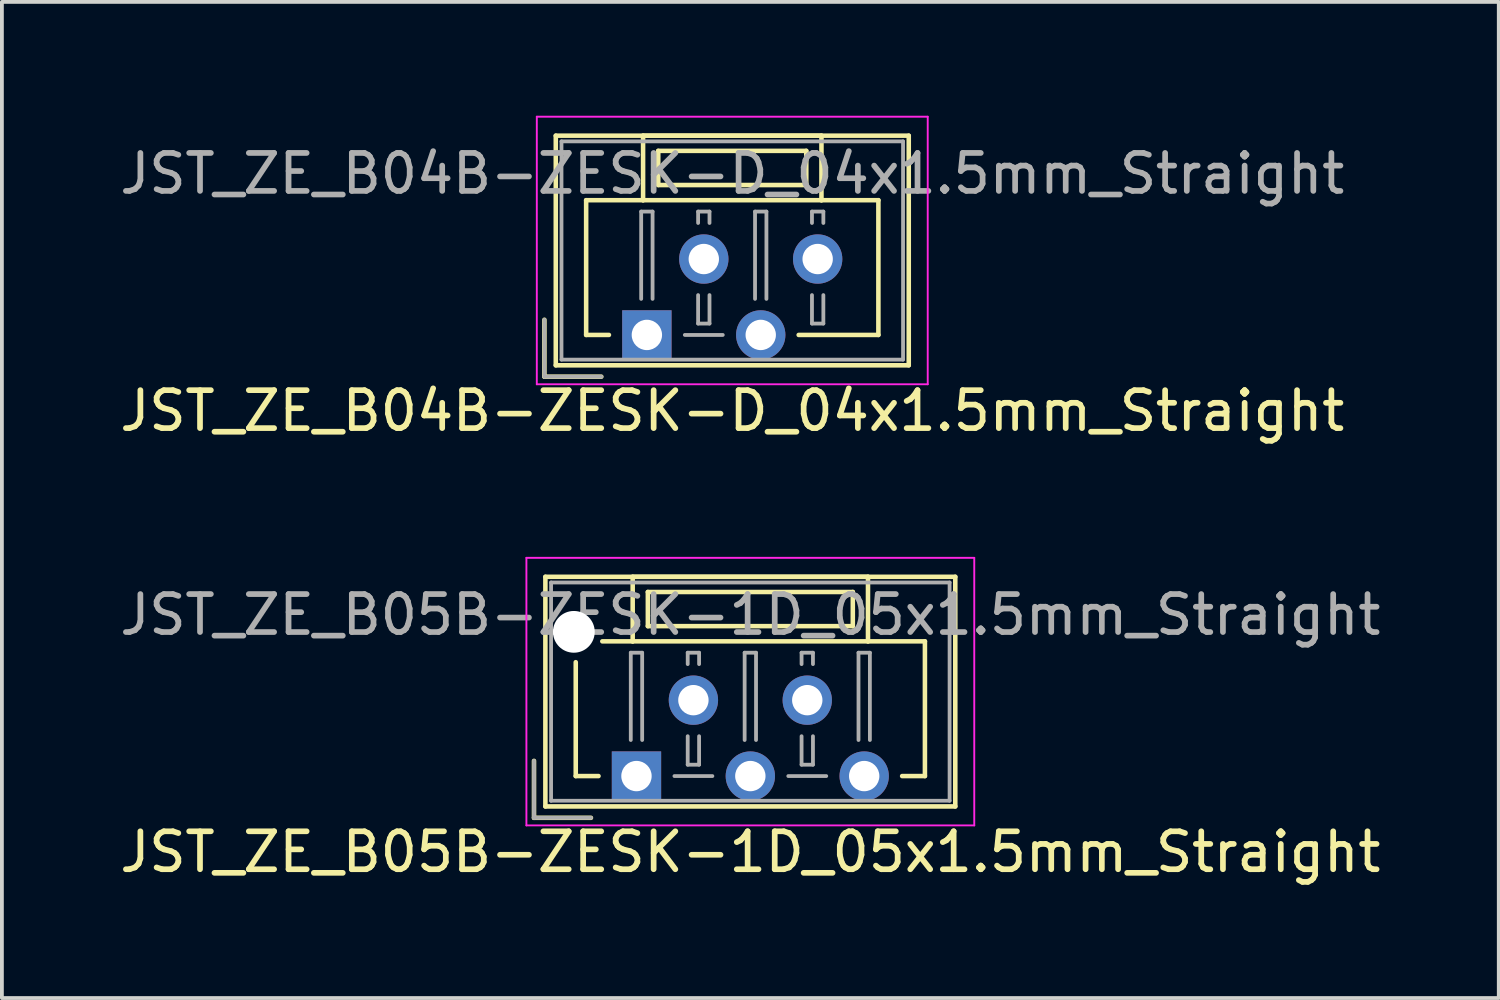
<source format=kicad_pcb>
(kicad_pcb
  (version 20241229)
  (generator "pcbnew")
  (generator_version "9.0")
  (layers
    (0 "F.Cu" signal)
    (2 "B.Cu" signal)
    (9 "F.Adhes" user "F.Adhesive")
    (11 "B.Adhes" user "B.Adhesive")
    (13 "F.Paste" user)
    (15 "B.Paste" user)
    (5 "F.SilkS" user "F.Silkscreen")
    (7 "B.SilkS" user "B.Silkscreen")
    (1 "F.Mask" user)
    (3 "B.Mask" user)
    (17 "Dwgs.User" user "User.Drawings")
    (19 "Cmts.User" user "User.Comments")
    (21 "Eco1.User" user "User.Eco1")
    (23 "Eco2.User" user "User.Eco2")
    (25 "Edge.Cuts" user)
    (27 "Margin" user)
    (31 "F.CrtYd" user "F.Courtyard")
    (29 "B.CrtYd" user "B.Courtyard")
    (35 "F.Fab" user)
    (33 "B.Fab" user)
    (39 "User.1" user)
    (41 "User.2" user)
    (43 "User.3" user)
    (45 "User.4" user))
  (footprint "JST_ZE_B05B-ZESK-1D_05x1.5mm_Straight"
    (layer "F.Cu")
    (at 13.72 17.398)
    (property "Reference" "JST_ZE_B05B-ZESK-1D_05x1.5mm_Straight" (at 3 2 0) (layer "F.SilkS") (effects (font (size 1 1) (thickness 0.15))))
    (attr through_hole)
    (fp_line (start -2.7 -0.4) (end -2.7 1.1) (stroke (width 0.12) (type solid)) (layer "F.SilkS"))
    (fp_line (start -2.7 1.1) (end -1.2 1.1) (stroke (width 0.12) (type solid)) (layer "F.SilkS"))
    (fp_line (start -2.4 -5.25) (end -2.4 0.8) (stroke (width 0.12) (type solid)) (layer "F.SilkS"))
    (fp_line (start -2.4 0.8) (end 8.4 0.8) (stroke (width 0.12) (type solid)) (layer "F.SilkS"))
    (fp_line (start -1.6 -3) (end -1.6 0) (stroke (width 0.12) (type solid)) (layer "F.SilkS"))
    (fp_line (start -1.6 0) (end -1 0) (stroke (width 0.12) (type solid)) (layer "F.SilkS"))
    (fp_line (start -0.1 -5.25) (end -0.1 -3.55) (stroke (width 0.12) (type solid)) (layer "F.SilkS"))
    (fp_line (start -0.1 -3.55) (end -0.9 -3.55) (stroke (width 0.12) (type solid)) (layer "F.SilkS"))
    (fp_line (start -0.1 -3.55) (end 6.1 -3.55) (stroke (width 0.12) (type solid)) (layer "F.SilkS"))
    (fp_line (start 0.3 -4.85) (end 0.3 -3.95) (stroke (width 0.12) (type solid)) (layer "F.SilkS"))
    (fp_line (start 0.3 -3.95) (end 5.7 -3.95) (stroke (width 0.12) (type solid)) (layer "F.SilkS"))
    (fp_line (start 5.7 -4.85) (end 0.3 -4.85) (stroke (width 0.12) (type solid)) (layer "F.SilkS"))
    (fp_line (start 5.7 -3.95) (end 5.7 -4.85) (stroke (width 0.12) (type solid)) (layer "F.SilkS"))
    (fp_line (start 6.1 -5.25) (end -0.1 -5.25) (stroke (width 0.12) (type solid)) (layer "F.SilkS"))
    (fp_line (start 6.1 -3.55) (end 6.1 -5.25) (stroke (width 0.12) (type solid)) (layer "F.SilkS"))
    (fp_line (start 6.1 -3.55) (end 7.6 -3.55) (stroke (width 0.12) (type solid)) (layer "F.SilkS"))
    (fp_line (start 7.6 -3.55) (end 7.6 0) (stroke (width 0.12) (type solid)) (layer "F.SilkS"))
    (fp_line (start 7.6 0) (end 7 0) (stroke (width 0.12) (type solid)) (layer "F.SilkS"))
    (fp_line (start 8.4 -5.25) (end -2.4 -5.25) (stroke (width 0.12) (type solid)) (layer "F.SilkS"))
    (fp_line (start 8.4 0.8) (end 8.4 -5.25) (stroke (width 0.12) (type solid)) (layer "F.SilkS"))
    (fp_line (start -2.9 -5.75) (end -2.9 1.3) (stroke (width 0.05) (type solid)) (layer "F.CrtYd"))
    (fp_line (start -2.9 1.3) (end 8.9 1.3) (stroke (width 0.05) (type solid)) (layer "F.CrtYd"))
    (fp_line (start 8.9 -5.75) (end -2.9 -5.75) (stroke (width 0.05) (type solid)) (layer "F.CrtYd"))
    (fp_line (start 8.9 1.3) (end 8.9 -5.75) (stroke (width 0.05) (type solid)) (layer "F.CrtYd"))
    (fp_line (start -2.7 -0.4) (end -2.7 1.1) (stroke (width 0.1) (type solid)) (layer "F.Fab"))
    (fp_line (start -2.7 1.1) (end -1.2 1.1) (stroke (width 0.1) (type solid)) (layer "F.Fab"))
    (fp_line (start -2.25 -5.1) (end -2.25 0.65) (stroke (width 0.1) (type solid)) (layer "F.Fab"))
    (fp_line (start -2.25 0.65) (end 8.25 0.65) (stroke (width 0.1) (type solid)) (layer "F.Fab"))
    (fp_line (start -0.15 -3.25) (end 0.15 -3.25) (stroke (width 0.1) (type solid)) (layer "F.Fab"))
    (fp_line (start -0.15 -0.95) (end -0.15 -3.25) (stroke (width 0.1) (type solid)) (layer "F.Fab"))
    (fp_line (start 0.15 -3.25) (end 0.15 -0.95) (stroke (width 0.1) (type solid)) (layer "F.Fab"))
    (fp_line (start 1 0) (end 2 0) (stroke (width 0.1) (type solid)) (layer "F.Fab"))
    (fp_line (start 1.35 -3.25) (end 1.65 -3.25) (stroke (width 0.1) (type solid)) (layer "F.Fab"))
    (fp_line (start 1.35 -2.95) (end 1.35 -3.25) (stroke (width 0.1) (type solid)) (layer "F.Fab"))
    (fp_line (start 1.35 -1.05) (end 1.35 -0.3) (stroke (width 0.1) (type solid)) (layer "F.Fab"))
    (fp_line (start 1.35 -0.3) (end 1.65 -0.3) (stroke (width 0.1) (type solid)) (layer "F.Fab"))
    (fp_line (start 1.65 -3.25) (end 1.65 -2.95) (stroke (width 0.1) (type solid)) (layer "F.Fab"))
    (fp_line (start 1.65 -0.3) (end 1.65 -1.05) (stroke (width 0.1) (type solid)) (layer "F.Fab"))
    (fp_line (start 2.85 -3.25) (end 3.15 -3.25) (stroke (width 0.1) (type solid)) (layer "F.Fab"))
    (fp_line (start 2.85 -0.95) (end 2.85 -3.25) (stroke (width 0.1) (type solid)) (layer "F.Fab"))
    (fp_line (start 3.15 -3.25) (end 3.15 -0.95) (stroke (width 0.1) (type solid)) (layer "F.Fab"))
    (fp_line (start 4 0) (end 5 0) (stroke (width 0.1) (type solid)) (layer "F.Fab"))
    (fp_line (start 4.35 -3.25) (end 4.65 -3.25) (stroke (width 0.1) (type solid)) (layer "F.Fab"))
    (fp_line (start 4.35 -2.95) (end 4.35 -3.25) (stroke (width 0.1) (type solid)) (layer "F.Fab"))
    (fp_line (start 4.35 -1.05) (end 4.35 -0.3) (stroke (width 0.1) (type solid)) (layer "F.Fab"))
    (fp_line (start 4.35 -0.3) (end 4.65 -0.3) (stroke (width 0.1) (type solid)) (layer "F.Fab"))
    (fp_line (start 4.65 -3.25) (end 4.65 -2.95) (stroke (width 0.1) (type solid)) (layer "F.Fab"))
    (fp_line (start 4.65 -0.3) (end 4.65 -1.05) (stroke (width 0.1) (type solid)) (layer "F.Fab"))
    (fp_line (start 5.85 -3.25) (end 6.15 -3.25) (stroke (width 0.1) (type solid)) (layer "F.Fab"))
    (fp_line (start 5.85 -0.95) (end 5.85 -3.25) (stroke (width 0.1) (type solid)) (layer "F.Fab"))
    (fp_line (start 6.15 -3.25) (end 6.15 -0.95) (stroke (width 0.1) (type solid)) (layer "F.Fab"))
    (fp_line (start 8.25 -5.1) (end -2.25 -5.1) (stroke (width 0.1) (type solid)) (layer "F.Fab"))
    (fp_line (start 8.25 0.65) (end 8.25 -5.1) (stroke (width 0.1) (type solid)) (layer "F.Fab"))
    (fp_text user "${REFERENCE}" (at 3 -4.25 0) (layer "F.Fab") (effects (font (size 1 1) (thickness 0.15))))
    (pad "" np_thru_hole circle (at -1.65 -3.8) (size 1.1 1.1) (drill 1.1) (layers "*.Cu"))
    (pad "1" thru_hole rect (at 0 0) (size 1.3 1.3) (drill 0.8) (layers "*.Cu" "*.Mask"))
    (pad "2" thru_hole circle (at 1.5 -2) (size 1.3 1.3) (drill 0.8) (layers "*.Cu" "*.Mask"))
    (pad "3" thru_hole circle (at 3 0) (size 1.3 1.3) (drill 0.8) (layers "*.Cu" "*.Mask"))
    (pad "4" thru_hole circle (at 4.5 -2) (size 1.3 1.3) (drill 0.8) (layers "*.Cu" "*.Mask"))
    (pad "5" thru_hole circle (at 6 0) (size 1.3 1.3) (drill 0.8) (layers "*.Cu" "*.Mask")))
  (footprint "JST_ZE_B04B-ZESK-D_04x1.5mm_Straight"
    (layer "F.Cu")
    (at 13.994 5.775)
    (property "Reference" "JST_ZE_B04B-ZESK-D_04x1.5mm_Straight" (at 2.25 2 0) (layer "F.SilkS") (effects (font (size 1 1) (thickness 0.15))))
    (attr through_hole)
    (fp_line (start -2.7 -0.4) (end -2.7 1.1) (stroke (width 0.12) (type solid)) (layer "F.SilkS"))
    (fp_line (start -2.7 1.1) (end -1.2 1.1) (stroke (width 0.12) (type solid)) (layer "F.SilkS"))
    (fp_line (start -2.4 -5.25) (end -2.4 0.8) (stroke (width 0.12) (type solid)) (layer "F.SilkS"))
    (fp_line (start -2.4 0.8) (end 6.9 0.8) (stroke (width 0.12) (type solid)) (layer "F.SilkS"))
    (fp_line (start -1.6 -3.55) (end -1.6 0) (stroke (width 0.12) (type solid)) (layer "F.SilkS"))
    (fp_line (start -1.6 0) (end -1 0) (stroke (width 0.12) (type solid)) (layer "F.SilkS"))
    (fp_line (start -0.1 -5.25) (end -0.1 -3.55) (stroke (width 0.12) (type solid)) (layer "F.SilkS"))
    (fp_line (start -0.1 -3.55) (end -1.6 -3.55) (stroke (width 0.12) (type solid)) (layer "F.SilkS"))
    (fp_line (start -0.1 -3.55) (end 4.6 -3.55) (stroke (width 0.12) (type solid)) (layer "F.SilkS"))
    (fp_line (start 0.3 -4.85) (end 0.3 -3.95) (stroke (width 0.12) (type solid)) (layer "F.SilkS"))
    (fp_line (start 0.3 -3.95) (end 4.2 -3.95) (stroke (width 0.12) (type solid)) (layer "F.SilkS"))
    (fp_line (start 4.2 -4.85) (end 0.3 -4.85) (stroke (width 0.12) (type solid)) (layer "F.SilkS"))
    (fp_line (start 4.2 -3.95) (end 4.2 -4.85) (stroke (width 0.12) (type solid)) (layer "F.SilkS"))
    (fp_line (start 4.6 -5.25) (end -0.1 -5.25) (stroke (width 0.12) (type solid)) (layer "F.SilkS"))
    (fp_line (start 4.6 -3.55) (end 4.6 -5.25) (stroke (width 0.12) (type solid)) (layer "F.SilkS"))
    (fp_line (start 4.6 -3.55) (end 6.1 -3.55) (stroke (width 0.12) (type solid)) (layer "F.SilkS"))
    (fp_line (start 6.1 -3.55) (end 6.1 0) (stroke (width 0.12) (type solid)) (layer "F.SilkS"))
    (fp_line (start 6.1 0) (end 4 0) (stroke (width 0.12) (type solid)) (layer "F.SilkS"))
    (fp_line (start 6.9 -5.25) (end -2.4 -5.25) (stroke (width 0.12) (type solid)) (layer "F.SilkS"))
    (fp_line (start 6.9 0.8) (end 6.9 -5.25) (stroke (width 0.12) (type solid)) (layer "F.SilkS"))
    (fp_line (start -2.9 -5.75) (end -2.9 1.3) (stroke (width 0.05) (type solid)) (layer "F.CrtYd"))
    (fp_line (start -2.9 1.3) (end 7.4 1.3) (stroke (width 0.05) (type solid)) (layer "F.CrtYd"))
    (fp_line (start 7.4 -5.75) (end -2.9 -5.75) (stroke (width 0.05) (type solid)) (layer "F.CrtYd"))
    (fp_line (start 7.4 1.3) (end 7.4 -5.75) (stroke (width 0.05) (type solid)) (layer "F.CrtYd"))
    (fp_line (start -2.7 -0.4) (end -2.7 1.1) (stroke (width 0.1) (type solid)) (layer "F.Fab"))
    (fp_line (start -2.7 1.1) (end -1.2 1.1) (stroke (width 0.1) (type solid)) (layer "F.Fab"))
    (fp_line (start -2.25 -5.1) (end -2.25 0.65) (stroke (width 0.1) (type solid)) (layer "F.Fab"))
    (fp_line (start -2.25 0.65) (end 6.75 0.65) (stroke (width 0.1) (type solid)) (layer "F.Fab"))
    (fp_line (start -0.15 -3.25) (end 0.15 -3.25) (stroke (width 0.1) (type solid)) (layer "F.Fab"))
    (fp_line (start -0.15 -0.95) (end -0.15 -3.25) (stroke (width 0.1) (type solid)) (layer "F.Fab"))
    (fp_line (start 0.15 -3.25) (end 0.15 -0.95) (stroke (width 0.1) (type solid)) (layer "F.Fab"))
    (fp_line (start 1 0) (end 2 0) (stroke (width 0.1) (type solid)) (layer "F.Fab"))
    (fp_line (start 1.35 -3.25) (end 1.65 -3.25) (stroke (width 0.1) (type solid)) (layer "F.Fab"))
    (fp_line (start 1.35 -2.95) (end 1.35 -3.25) (stroke (width 0.1) (type solid)) (layer "F.Fab"))
    (fp_line (start 1.35 -1.05) (end 1.35 -0.3) (stroke (width 0.1) (type solid)) (layer "F.Fab"))
    (fp_line (start 1.35 -0.3) (end 1.65 -0.3) (stroke (width 0.1) (type solid)) (layer "F.Fab"))
    (fp_line (start 1.65 -3.25) (end 1.65 -2.95) (stroke (width 0.1) (type solid)) (layer "F.Fab"))
    (fp_line (start 1.65 -0.3) (end 1.65 -1.05) (stroke (width 0.1) (type solid)) (layer "F.Fab"))
    (fp_line (start 2.85 -3.25) (end 3.15 -3.25) (stroke (width 0.1) (type solid)) (layer "F.Fab"))
    (fp_line (start 2.85 -0.95) (end 2.85 -3.25) (stroke (width 0.1) (type solid)) (layer "F.Fab"))
    (fp_line (start 3.15 -3.25) (end 3.15 -0.95) (stroke (width 0.1) (type solid)) (layer "F.Fab"))
    (fp_line (start 4.35 -3.25) (end 4.65 -3.25) (stroke (width 0.1) (type solid)) (layer "F.Fab"))
    (fp_line (start 4.35 -2.95) (end 4.35 -3.25) (stroke (width 0.1) (type solid)) (layer "F.Fab"))
    (fp_line (start 4.35 -1.05) (end 4.35 -0.3) (stroke (width 0.1) (type solid)) (layer "F.Fab"))
    (fp_line (start 4.35 -0.3) (end 4.65 -0.3) (stroke (width 0.1) (type solid)) (layer "F.Fab"))
    (fp_line (start 4.65 -3.25) (end 4.65 -2.95) (stroke (width 0.1) (type solid)) (layer "F.Fab"))
    (fp_line (start 4.65 -0.3) (end 4.65 -1.05) (stroke (width 0.1) (type solid)) (layer "F.Fab"))
    (fp_line (start 6.75 -5.1) (end -2.25 -5.1) (stroke (width 0.1) (type solid)) (layer "F.Fab"))
    (fp_line (start 6.75 0.65) (end 6.75 -5.1) (stroke (width 0.1) (type solid)) (layer "F.Fab"))
    (fp_text user "${REFERENCE}" (at 2.25 -4.25 0) (layer "F.Fab") (effects (font (size 1 1) (thickness 0.15))))
    (pad "1" thru_hole rect (at 0 0) (size 1.3 1.3) (drill 0.8) (layers "*.Cu" "*.Mask"))
    (pad "2" thru_hole circle (at 1.5 -2) (size 1.3 1.3) (drill 0.8) (layers "*.Cu" "*.Mask"))
    (pad "3" thru_hole circle (at 3 0) (size 1.3 1.3) (drill 0.8) (layers "*.Cu" "*.Mask"))
    (pad "4" thru_hole circle (at 4.5 -2) (size 1.3 1.3) (drill 0.8) (layers "*.Cu" "*.Mask")))
  (gr_rect
    (start -3 -3)
    (end 36.44 23.247)
    (stroke (width 0.1) (type default))
    (fill no)
    (layer "Edge.Cuts")))
</source>
